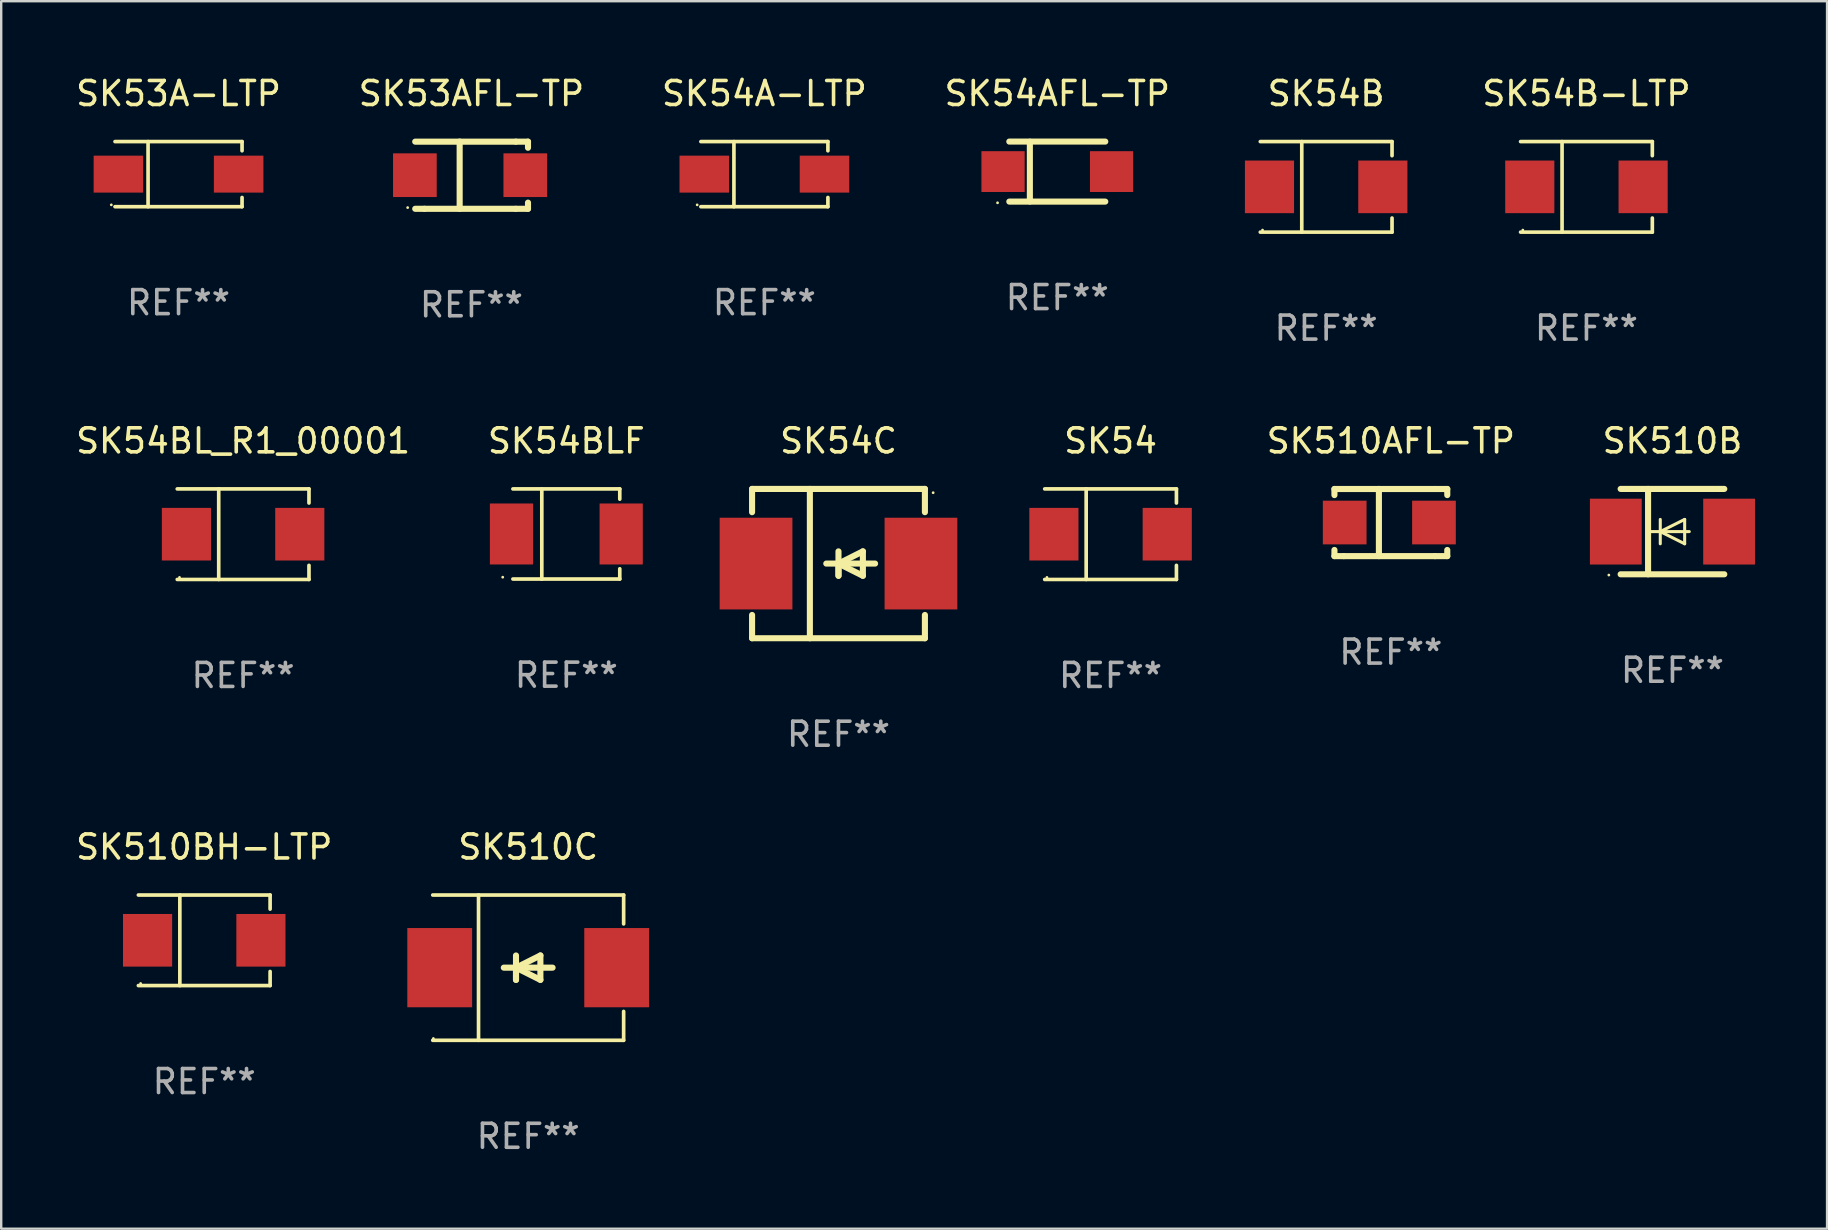
<source format=kicad_pcb>
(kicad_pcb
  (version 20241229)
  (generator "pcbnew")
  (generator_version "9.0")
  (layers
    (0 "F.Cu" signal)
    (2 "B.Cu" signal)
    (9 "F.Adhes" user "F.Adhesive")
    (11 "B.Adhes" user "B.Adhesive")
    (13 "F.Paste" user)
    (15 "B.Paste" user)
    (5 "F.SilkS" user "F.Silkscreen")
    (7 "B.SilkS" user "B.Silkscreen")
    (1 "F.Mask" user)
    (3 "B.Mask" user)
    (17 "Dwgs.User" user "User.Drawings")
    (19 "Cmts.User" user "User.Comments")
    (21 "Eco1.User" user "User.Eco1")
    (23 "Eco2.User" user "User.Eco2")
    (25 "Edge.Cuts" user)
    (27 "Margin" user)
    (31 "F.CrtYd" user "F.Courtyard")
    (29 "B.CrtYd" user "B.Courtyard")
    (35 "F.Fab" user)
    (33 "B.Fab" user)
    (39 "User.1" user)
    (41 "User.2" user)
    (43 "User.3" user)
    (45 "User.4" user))
  (footprint "SK54A-LTP"
    (layer "F.Cu")
    (at 28.792 4.204)
    (property "Reference" "SK54A-LTP" (at 0 -3.356 0) (layer "F.SilkS") (effects (font (size 1 1) (thickness 0.15))))
    (attr through_hole)
    (fp_line (start -2.646 -1.356) (end 2.646 -1.356) (stroke (width 0.152) (type solid)) (layer "F.SilkS"))
    (fp_line (start -2.646 1.356) (end 2.646 1.356) (stroke (width 0.152) (type solid)) (layer "F.SilkS"))
    (fp_line (start -1.269 -1.356) (end -1.269 1.356) (stroke (width 0.152) (type solid)) (layer "F.SilkS"))
    (fp_line (start 2.646 -1.356) (end 2.646 -0.973) (stroke (width 0.152) (type solid)) (layer "F.SilkS"))
    (fp_line (start 2.646 1.356) (end 2.646 0.973) (stroke (width 0.152) (type solid)) (layer "F.SilkS"))
    (fp_circle (center -2.8 1.28) (end -2.77 1.28) (stroke (width 0.06) (type solid)) (fill no) (layer "F.SilkS"))
    (fp_text user "REF**" (at 0 5.356 0) (layer "F.Fab") (effects (font (size 1 1) (thickness 0.15))))
    (pad "1" smd rect (at 2.504 0) (size 2.063 1.539) (layers "F.Cu" "F.Mask" "F.Paste"))
    (pad "2" smd rect (at -2.504 0) (size 2.063 1.539) (layers "F.Cu" "F.Mask" "F.Paste")))
  (footprint "SK53AFL-TP"
    (layer "F.Cu")
    (at 16.589 4.248)
    (property "Reference" "SK53AFL-TP" (at 0 -3.4 0) (layer "F.SilkS") (effects (font (size 1 1) (thickness 0.15))))
    (attr through_hole)
    (fp_line (start -1.957 1.4) (end -2.343 1.4) (stroke (width 0.254) (type solid)) (layer "F.SilkS"))
    (fp_line (start -1.957 1.4) (end 1.844 1.4) (stroke (width 0.254) (type solid)) (layer "F.SilkS"))
    (fp_line (start -0.491 -1.4) (end -0.491 1.4) (stroke (width 0.254) (type solid)) (layer "F.SilkS"))
    (fp_line (start 1.844 1.4) (end 2.356 1.4) (stroke (width 0.254) (type solid)) (layer "F.SilkS"))
    (fp_line (start 1.848 -1.397) (end -2.343 -1.397) (stroke (width 0.254) (type solid)) (layer "F.SilkS"))
    (fp_line (start 1.848 -1.397) (end 2.356 -1.397) (stroke (width 0.254) (type solid)) (layer "F.SilkS"))
    (fp_line (start 2.356 -1.397) (end 2.356 -1.143) (stroke (width 0.254) (type solid)) (layer "F.SilkS"))
    (fp_line (start 2.356 1.4) (end 2.356 1.143) (stroke (width 0.254) (type solid)) (layer "F.SilkS"))
    (fp_circle (center -2.657 1.35) (end -2.627 1.35) (stroke (width 0.06) (type solid)) (fill no) (layer "F.SilkS"))
    (fp_text user "REF**" (at 0 5.4 0) (layer "F.Fab") (effects (font (size 1 1) (thickness 0.15))))
    (pad "1" smd rect (at -2.356 0) (size 1.82 1.82) (layers "F.Cu" "F.Mask" "F.Paste"))
    (pad "2" smd rect (at 2.243 0) (size 1.82 1.82) (layers "F.Cu" "F.Mask" "F.Paste")))
  (footprint "SK510AFL-TP"
    (layer "F.Cu")
    (at 54.889 18.717)
    (property "Reference" "SK510AFL-TP" (at 0 -3.4 0) (layer "F.SilkS") (effects (font (size 1 1) (thickness 0.15))))
    (attr through_hole)
    (fp_line (start -2.35 -1.397) (end -2.35 -1.143) (stroke (width 0.254) (type solid)) (layer "F.SilkS"))
    (fp_line (start -2.35 1.4) (end -2.35 1.143) (stroke (width 0.254) (type solid)) (layer "F.SilkS"))
    (fp_line (start -1.964 1.4) (end -2.35 1.4) (stroke (width 0.254) (type solid)) (layer "F.SilkS"))
    (fp_line (start -1.964 1.4) (end 1.837 1.4) (stroke (width 0.254) (type solid)) (layer "F.SilkS"))
    (fp_line (start -0.498 -1.4) (end -0.498 1.4) (stroke (width 0.254) (type solid)) (layer "F.SilkS"))
    (fp_line (start 1.837 1.4) (end 2.35 1.4) (stroke (width 0.254) (type solid)) (layer "F.SilkS"))
    (fp_line (start 1.842 -1.397) (end -2.35 -1.397) (stroke (width 0.254) (type solid)) (layer "F.SilkS"))
    (fp_line (start 1.842 -1.397) (end 2.35 -1.397) (stroke (width 0.254) (type solid)) (layer "F.SilkS"))
    (fp_line (start 2.35 -1.397) (end 2.35 -1.143) (stroke (width 0.254) (type solid)) (layer "F.SilkS"))
    (fp_line (start 2.35 1.4) (end 2.35 1.143) (stroke (width 0.254) (type solid)) (layer "F.SilkS"))
    (fp_circle (center -2.355 1.25) (end -2.325 1.25) (stroke (width 0.06) (type solid)) (fill no) (layer "F.SilkS"))
    (fp_text user "REF**" (at 0 5.4 0) (layer "F.Fab") (effects (font (size 1 1) (thickness 0.15))))
    (pad "1" smd rect (at -1.923 -0.000076) (size 1.82 1.82) (layers "F.Cu" "F.Mask" "F.Paste"))
    (pad "2" smd rect (at 1.796 -0.000076) (size 1.82 1.82) (layers "F.Cu" "F.Mask" "F.Paste")))
  (footprint "SK54"
    (layer "F.Cu")
    (at 43.213 19.203)
    (property "Reference" "SK54" (at 0 -3.886 0) (layer "F.SilkS") (effects (font (size 1 1) (thickness 0.15))))
    (attr through_hole)
    (fp_line (start -2.744 -1.886) (end 2.744 -1.886) (stroke (width 0.152) (type solid)) (layer "F.SilkS"))
    (fp_line (start -2.744 1.886) (end 2.744 1.886) (stroke (width 0.152) (type solid)) (layer "F.SilkS"))
    (fp_line (start -1.016 -1.886) (end -1.016 1.886) (stroke (width 0.152) (type solid)) (layer "F.SilkS"))
    (fp_line (start 2.744 -1.886) (end 2.744 -1.299) (stroke (width 0.152) (type solid)) (layer "F.SilkS"))
    (fp_line (start 2.744 1.886) (end 2.744 1.299) (stroke (width 0.152) (type solid)) (layer "F.SilkS"))
    (fp_circle (center -2.65 1.8) (end -2.62 1.8) (stroke (width 0.06) (type solid)) (fill no) (layer "F.SilkS"))
    (fp_text user "REF**" (at 0 5.886 0) (layer "F.Fab") (effects (font (size 1 1) (thickness 0.15))))
    (pad "1" smd rect (at -2.361 0) (size 2.047 2.192) (layers "F.Cu" "F.Mask" "F.Paste"))
    (pad "2" smd rect (at 2.361 0) (size 2.047 2.192) (layers "F.Cu" "F.Mask" "F.Paste")))
  (footprint "SK510BH-LTP"
    (layer "F.Cu")
    (at 5.458 36.12)
    (property "Reference" "SK510BH-LTP" (at 0 -3.886 0) (layer "F.SilkS") (effects (font (size 1 1) (thickness 0.15))))
    (attr through_hole)
    (fp_line (start -2.744 -1.886) (end 2.744 -1.886) (stroke (width 0.152) (type solid)) (layer "F.SilkS"))
    (fp_line (start -2.744 1.886) (end 2.744 1.886) (stroke (width 0.152) (type solid)) (layer "F.SilkS"))
    (fp_line (start -1.016 -1.886) (end -1.016 1.886) (stroke (width 0.152) (type solid)) (layer "F.SilkS"))
    (fp_line (start 2.744 -1.886) (end 2.744 -1.299) (stroke (width 0.152) (type solid)) (layer "F.SilkS"))
    (fp_line (start 2.744 1.886) (end 2.744 1.299) (stroke (width 0.152) (type solid)) (layer "F.SilkS"))
    (fp_circle (center -2.65 1.8) (end -2.62 1.8) (stroke (width 0.06) (type solid)) (fill no) (layer "F.SilkS"))
    (fp_text user "REF**" (at 0 5.886 0) (layer "F.Fab") (effects (font (size 1 1) (thickness 0.15))))
    (pad "1" smd rect (at -2.361 0) (size 2.047 2.192) (layers "F.Cu" "F.Mask" "F.Paste"))
    (pad "2" smd rect (at 2.361 0) (size 2.047 2.192) (layers "F.Cu" "F.Mask" "F.Paste")))
  (footprint "SK54AFL-TP"
    (layer "F.Cu")
    (at 40.994 4.098)
    (property "Reference" "SK54AFL-TP" (at 0 -3.25 0) (layer "F.SilkS") (effects (font (size 1 1) (thickness 0.15))))
    (attr through_hole)
    (fp_line (start -1.999 -1.25) (end 1.999 -1.25) (stroke (width 0.254) (type solid)) (layer "F.SilkS"))
    (fp_line (start -1.143 -1.245) (end -1.143 1.245) (stroke (width 0.254) (type solid)) (layer "F.SilkS"))
    (fp_line (start 1.999 1.25) (end -1.999 1.25) (stroke (width 0.254) (type solid)) (layer "F.SilkS"))
    (fp_circle (center -2.489 1.3) (end -2.459 1.3) (stroke (width 0.06) (type solid)) (fill no) (layer "F.SilkS"))
    (fp_text user "REF**" (at 0 5.25 0) (layer "F.Fab") (effects (font (size 1 1) (thickness 0.15))))
    (pad "1" smd rect (at -2.26 0) (size 1.8 1.7) (layers "F.Cu" "F.Mask" "F.Paste"))
    (pad "2" smd rect (at 2.26 0) (size 1.8 1.7) (layers "F.Cu" "F.Mask" "F.Paste")))
  (footprint "SK510C"
    (layer "F.Cu")
    (at 18.953 37.26)
    (property "Reference" "SK510C" (at 0 -5.026 0) (layer "F.SilkS") (effects (font (size 1 1) (thickness 0.15))))
    (attr through_hole)
    (fp_line (start -3.976 -3.026) (end 3.976 -3.026) (stroke (width 0.152) (type solid)) (layer "F.SilkS"))
    (fp_line (start -3.976 3.026) (end 3.976 3.026) (stroke (width 0.152) (type solid)) (layer "F.SilkS"))
    (fp_line (start -2.069 -3.026) (end -2.069 3.026) (stroke (width 0.152) (type solid)) (layer "F.SilkS"))
    (fp_line (start -0.508 0) (end -0.508 0.508) (stroke (width 0.254) (type solid)) (layer "F.SilkS"))
    (fp_line (start -0.508 0) (end 0.508 0.508) (stroke (width 0.254) (type solid)) (layer "F.SilkS"))
    (fp_line (start -0.508 0.508) (end -0.508 -0.508) (stroke (width 0.254) (type solid)) (layer "F.SilkS"))
    (fp_line (start 0.508 -0.508) (end -0.508 0) (stroke (width 0.254) (type solid)) (layer "F.SilkS"))
    (fp_line (start 0.508 0.508) (end 0.508 -0.508) (stroke (width 0.254) (type solid)) (layer "F.SilkS"))
    (fp_line (start 1.016 0) (end -1.016 0) (stroke (width 0.254) (type solid)) (layer "F.SilkS"))
    (fp_line (start 3.976 -3.026) (end 3.976 -1.823) (stroke (width 0.152) (type solid)) (layer "F.SilkS"))
    (fp_line (start 3.976 3.026) (end 3.976 1.823) (stroke (width 0.152) (type solid)) (layer "F.SilkS"))
    (fp_circle (center -3.95 2.95) (end -3.92 2.95) (stroke (width 0.06) (type solid)) (fill no) (layer "F.SilkS"))
    (fp_text user "REF**" (at 0 7.026 0) (layer "F.Fab") (effects (font (size 1 1) (thickness 0.15))))
    (pad "1" smd rect (at -3.686 0) (size 2.7 3.3) (layers "F.Cu" "F.Mask" "F.Paste"))
    (pad "2" smd rect (at 3.686 0) (size 2.7 3.3) (layers "F.Cu" "F.Mask" "F.Paste")))
  (footprint "SK54B-LTP"
    (layer "F.Cu")
    (at 63.037 4.734)
    (property "Reference" "SK54B-LTP" (at 0 -3.886 0) (layer "F.SilkS") (effects (font (size 1 1) (thickness 0.15))))
    (attr through_hole)
    (fp_line (start -2.744 -1.886) (end 2.744 -1.886) (stroke (width 0.152) (type solid)) (layer "F.SilkS"))
    (fp_line (start -2.744 1.886) (end 2.744 1.886) (stroke (width 0.152) (type solid)) (layer "F.SilkS"))
    (fp_line (start -1.016 -1.886) (end -1.016 1.886) (stroke (width 0.152) (type solid)) (layer "F.SilkS"))
    (fp_line (start 2.744 -1.886) (end 2.744 -1.299) (stroke (width 0.152) (type solid)) (layer "F.SilkS"))
    (fp_line (start 2.744 1.886) (end 2.744 1.299) (stroke (width 0.152) (type solid)) (layer "F.SilkS"))
    (fp_circle (center -2.65 1.8) (end -2.62 1.8) (stroke (width 0.06) (type solid)) (fill no) (layer "F.SilkS"))
    (fp_text user "REF**" (at 0 5.886 0) (layer "F.Fab") (effects (font (size 1 1) (thickness 0.15))))
    (pad "1" smd rect (at -2.361 0) (size 2.047 2.192) (layers "F.Cu" "F.Mask" "F.Paste"))
    (pad "2" smd rect (at 2.361 0) (size 2.047 2.192) (layers "F.Cu" "F.Mask" "F.Paste")))
  (footprint "SK54B"
    (layer "F.Cu")
    (at 52.194 4.734)
    (property "Reference" "SK54B" (at 0 -3.886 0) (layer "F.SilkS") (effects (font (size 1 1) (thickness 0.15))))
    (attr through_hole)
    (fp_line (start -2.744 -1.886) (end 2.744 -1.886) (stroke (width 0.152) (type solid)) (layer "F.SilkS"))
    (fp_line (start -2.744 1.886) (end 2.744 1.886) (stroke (width 0.152) (type solid)) (layer "F.SilkS"))
    (fp_line (start -1.016 -1.886) (end -1.016 1.886) (stroke (width 0.152) (type solid)) (layer "F.SilkS"))
    (fp_line (start 2.744 -1.886) (end 2.744 -1.299) (stroke (width 0.152) (type solid)) (layer "F.SilkS"))
    (fp_line (start 2.744 1.886) (end 2.744 1.299) (stroke (width 0.152) (type solid)) (layer "F.SilkS"))
    (fp_circle (center -2.65 1.8) (end -2.62 1.8) (stroke (width 0.06) (type solid)) (fill no) (layer "F.SilkS"))
    (fp_text user "REF**" (at 0 5.886 0) (layer "F.Fab") (effects (font (size 1 1) (thickness 0.15))))
    (pad "1" smd rect (at -2.361 0) (size 2.047 2.192) (layers "F.Cu" "F.Mask" "F.Paste"))
    (pad "2" smd rect (at 2.361 0) (size 2.047 2.192) (layers "F.Cu" "F.Mask" "F.Paste")))
  (footprint "SK54BLF"
    (layer "F.Cu")
    (at 20.542 19.197)
    (property "Reference" "SK54BLF" (at 0 -3.88 0) (layer "F.SilkS") (effects (font (size 1 1) (thickness 0.15))))
    (attr through_hole)
    (fp_line (start -2.226 -1.88) (end 2.226 -1.88) (stroke (width 0.152) (type solid)) (layer "F.SilkS"))
    (fp_line (start -2.226 1.873) (end 2.226 1.873) (stroke (width 0.152) (type solid)) (layer "F.SilkS"))
    (fp_line (start -1.022 -1.873) (end -1.022 1.88) (stroke (width 0.152) (type solid)) (layer "F.SilkS"))
    (fp_line (start 2.226 -1.88) (end 2.226 -1.453) (stroke (width 0.152) (type solid)) (layer "F.SilkS"))
    (fp_line (start 2.226 1.447) (end 2.226 1.873) (stroke (width 0.152) (type solid)) (layer "F.SilkS"))
    (fp_circle (center -2.65 1.797) (end -2.62 1.797) (stroke (width 0.06) (type solid)) (fill no) (layer "F.SilkS"))
    (fp_text user "REF**" (at 0 5.88 0) (layer "F.Fab") (effects (font (size 1 1) (thickness 0.15))))
    (pad "1" smd rect (at -2.285 -0.003) (size 1.8 2.54) (layers "F.Cu" "F.Mask" "F.Paste"))
    (pad "2" smd rect (at 2.285 -0.003) (size 1.8 2.54) (layers "F.Cu" "F.Mask" "F.Paste")))
  (footprint "SK510B"
    (layer "F.Cu")
    (at 66.62 19.095)
    (property "Reference" "SK510B" (at 0 -3.778 0) (layer "F.SilkS") (effects (font (size 1 1) (thickness 0.15))))
    (attr through_hole)
    (fp_line (start -2.159 -1.778) (end 2.159 -1.778) (stroke (width 0.254) (type solid)) (layer "F.SilkS"))
    (fp_line (start -1.016 -1.778) (end -1.016 1.778) (stroke (width 0.254) (type solid)) (layer "F.SilkS"))
    (fp_line (start -0.508 -0.000064) (end 0.508 0.508) (stroke (width 0.127) (type solid)) (layer "F.SilkS"))
    (fp_line (start -0.508 0.508) (end -0.508 -0.508) (stroke (width 0.127) (type solid)) (layer "F.SilkS"))
    (fp_line (start 0.508 -0.508) (end -0.508 -0.000064) (stroke (width 0.127) (type solid)) (layer "F.SilkS"))
    (fp_line (start 0.508 0.508) (end 0.508 -0.508) (stroke (width 0.127) (type solid)) (layer "F.SilkS"))
    (fp_line (start 0.7 -0.000064) (end -1.016 -0.000064) (stroke (width 0.127) (type solid)) (layer "F.SilkS"))
    (fp_line (start 2.159 1.778) (end -2.159 1.778) (stroke (width 0.254) (type solid)) (layer "F.SilkS"))
    (fp_circle (center -2.65 1.81) (end -2.62 1.81) (stroke (width 0.06) (type solid)) (fill no) (layer "F.SilkS"))
    (fp_text user "REF**" (at 0 5.778 0) (layer "F.Fab") (effects (font (size 1 1) (thickness 0.15))))
    (pad "1" smd rect (at -2.36 0.000038) (size 2.159 2.743) (layers "F.Cu" "F.Mask" "F.Paste"))
    (pad "2" smd rect (at 2.36 0.000038) (size 2.159 2.743) (layers "F.Cu" "F.Mask" "F.Paste")))
  (footprint "SK54BL_R1_00001"
    (layer "F.Cu")
    (at 7.077 19.203)
    (property "Reference" "SK54BL_R1_00001" (at 0 -3.886 0) (layer "F.SilkS") (effects (font (size 1 1) (thickness 0.15))))
    (attr through_hole)
    (fp_line (start -2.744 -1.886) (end 2.744 -1.886) (stroke (width 0.152) (type solid)) (layer "F.SilkS"))
    (fp_line (start -2.744 1.886) (end 2.744 1.886) (stroke (width 0.152) (type solid)) (layer "F.SilkS"))
    (fp_line (start -1.016 -1.886) (end -1.016 1.886) (stroke (width 0.152) (type solid)) (layer "F.SilkS"))
    (fp_line (start 2.744 -1.886) (end 2.744 -1.299) (stroke (width 0.152) (type solid)) (layer "F.SilkS"))
    (fp_line (start 2.744 1.886) (end 2.744 1.299) (stroke (width 0.152) (type solid)) (layer "F.SilkS"))
    (fp_circle (center -2.65 1.8) (end -2.62 1.8) (stroke (width 0.06) (type solid)) (fill no) (layer "F.SilkS"))
    (fp_text user "REF**" (at 0 5.886 0) (layer "F.Fab") (effects (font (size 1 1) (thickness 0.15))))
    (pad "1" smd rect (at -2.361 0) (size 2.047 2.192) (layers "F.Cu" "F.Mask" "F.Paste"))
    (pad "2" smd rect (at 2.361 0) (size 2.047 2.192) (layers "F.Cu" "F.Mask" "F.Paste")))
  (footprint "SK53A-LTP"
    (layer "F.Cu")
    (at 4.387 4.204)
    (property "Reference" "SK53A-LTP" (at 0 -3.356 0) (layer "F.SilkS") (effects (font (size 1 1) (thickness 0.15))))
    (attr through_hole)
    (fp_line (start -2.646 -1.356) (end 2.646 -1.356) (stroke (width 0.152) (type solid)) (layer "F.SilkS"))
    (fp_line (start -2.646 1.356) (end 2.646 1.356) (stroke (width 0.152) (type solid)) (layer "F.SilkS"))
    (fp_line (start -1.269 -1.356) (end -1.269 1.356) (stroke (width 0.152) (type solid)) (layer "F.SilkS"))
    (fp_line (start 2.646 -1.356) (end 2.646 -0.973) (stroke (width 0.152) (type solid)) (layer "F.SilkS"))
    (fp_line (start 2.646 1.356) (end 2.646 0.973) (stroke (width 0.152) (type solid)) (layer "F.SilkS"))
    (fp_circle (center -2.8 1.28) (end -2.77 1.28) (stroke (width 0.06) (type solid)) (fill no) (layer "F.SilkS"))
    (fp_text user "REF**" (at 0 5.356 0) (layer "F.Fab") (effects (font (size 1 1) (thickness 0.15))))
    (pad "1" smd rect (at 2.504 0) (size 2.063 1.539) (layers "F.Cu" "F.Mask" "F.Paste"))
    (pad "2" smd rect (at -2.504 0) (size 2.063 1.539) (layers "F.Cu" "F.Mask" "F.Paste")))
  (footprint "SK54C"
    (layer "F.Cu")
    (at 31.879 20.427)
    (property "Reference" "SK54C" (at 0 -5.11 0) (layer "F.SilkS") (effects (font (size 1 1) (thickness 0.15))))
    (attr through_hole)
    (fp_line (start -3.6 -3.11) (end -3.6 -2.141) (stroke (width 0.254) (type solid)) (layer "F.SilkS"))
    (fp_line (start -3.6 -3.11) (end 3.6 -3.11) (stroke (width 0.254) (type solid)) (layer "F.SilkS"))
    (fp_line (start -3.6 2.141) (end -3.6 3.11) (stroke (width 0.254) (type solid)) (layer "F.SilkS"))
    (fp_line (start -3.6 3.11) (end 3.6 3.11) (stroke (width 0.254) (type solid)) (layer "F.SilkS"))
    (fp_line (start -1.192 -3.11) (end -1.192 3.11) (stroke (width 0.254) (type solid)) (layer "F.SilkS"))
    (fp_line (start 0 0) (end 0 0.508) (stroke (width 0.254) (type solid)) (layer "F.SilkS"))
    (fp_line (start 0 0) (end 1.016 0.508) (stroke (width 0.254) (type solid)) (layer "F.SilkS"))
    (fp_line (start 0 0.508) (end 0 -0.508) (stroke (width 0.254) (type solid)) (layer "F.SilkS"))
    (fp_line (start 1.016 -0.508) (end 0 0) (stroke (width 0.254) (type solid)) (layer "F.SilkS"))
    (fp_line (start 1.016 0.508) (end 1.016 -0.508) (stroke (width 0.254) (type solid)) (layer "F.SilkS"))
    (fp_line (start 1.524 0) (end -0.508 0) (stroke (width 0.254) (type solid)) (layer "F.SilkS"))
    (fp_line (start 3.6 -3.11) (end 3.6 -2.141) (stroke (width 0.254) (type solid)) (layer "F.SilkS"))
    (fp_line (start 3.6 2.141) (end 3.6 3.11) (stroke (width 0.254) (type solid)) (layer "F.SilkS"))
    (fp_circle (center 3.943 -2.952) (end 3.973 -2.952) (stroke (width 0.06) (type solid)) (fill no) (layer "F.SilkS"))
    (fp_text user "REF**" (at 0 7.11 0) (layer "F.Fab") (effects (font (size 1 1) (thickness 0.15))))
    (pad "1" smd rect (at 3.435 0 180) (size 3.03 3.82) (layers "F.Cu" "F.Mask" "F.Paste"))
    (pad "2" smd rect (at -3.435 0 180) (size 3.03 3.82) (layers "F.Cu" "F.Mask" "F.Paste")))
  (gr_rect
    (start -3 -3)
    (end 73.06 48.134)
    (stroke (width 0.1) (type default))
    (fill no)
    (layer "Edge.Cuts")))
</source>
